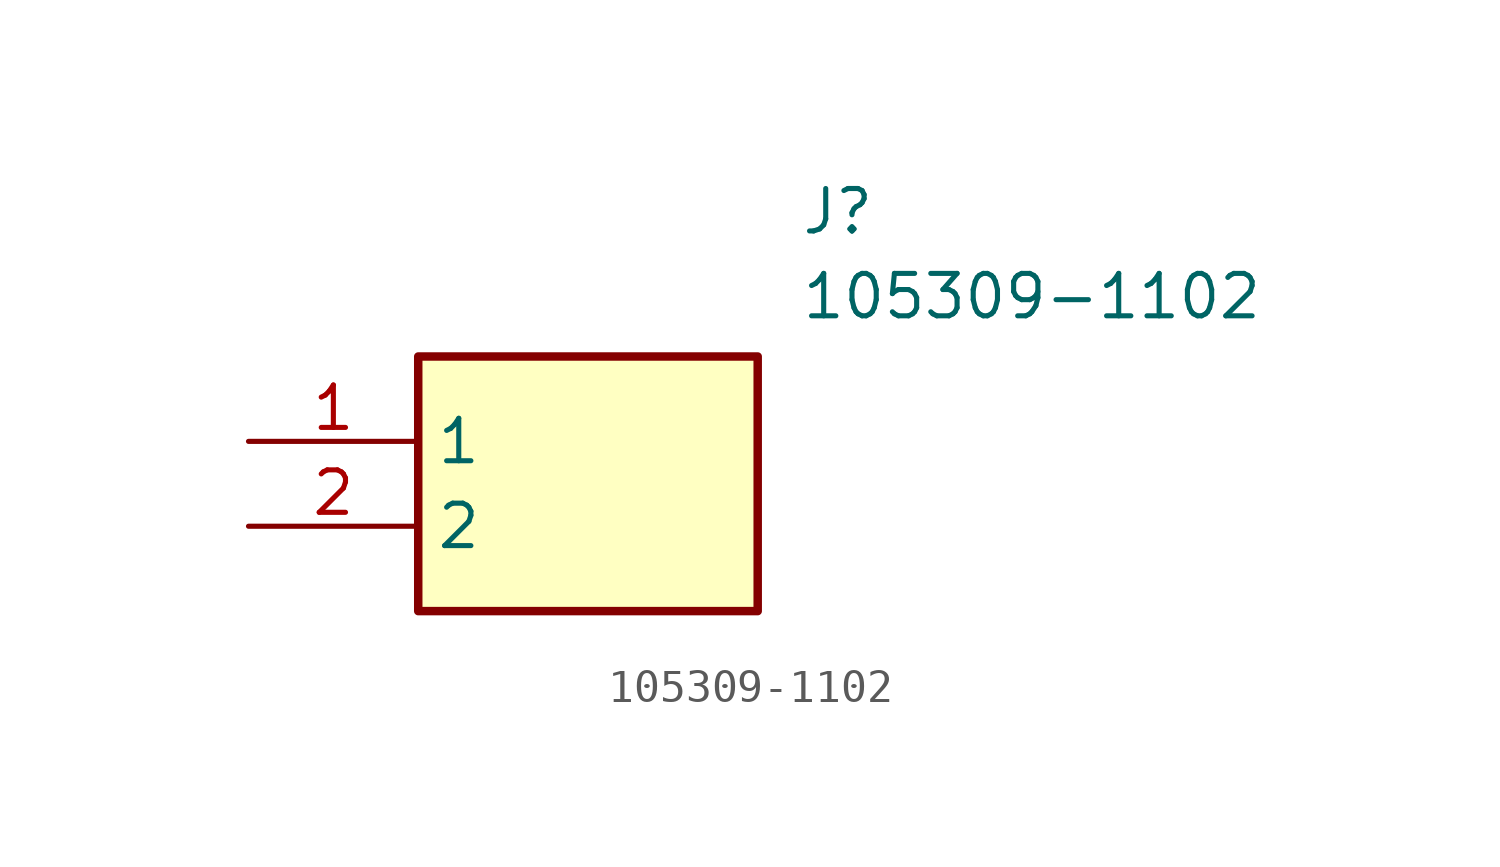
<source format=kicad_sym>
(kicad_symbol_lib
  (version 20211014)
  (generator SamacSys_ECAD_Model)
  (symbol "105309-1102"
    (property "Reference" "J"
      (at 16.51 7.62 0)
      (effects (font (size 1.27 1.27)) (justify left top)))
    (property "Value" "105309-1102"
      (at 16.51 5.08 0)
      (effects (font (size 1.27 1.27)) (justify left top)))
    (rectangle
      (start 5.08 2.54)
      (end 15.24 -5.08)
      (stroke (width 0.254) (type default))
      (fill (type background)))
    (pin passive line
      (at 0 0 0)
      (length 5.08)
      (name "1" (effects (font (size 1.27 1.27))))
      (number "1" (effects (font (size 1.27 1.27)))))
    (pin passive line
      (at 0 -2.54 0)
      (length 5.08)
      (name "2" (effects (font (size 1.27 1.27))))
      (number "2" (effects (font (size 1.27 1.27)))))))
</source>
